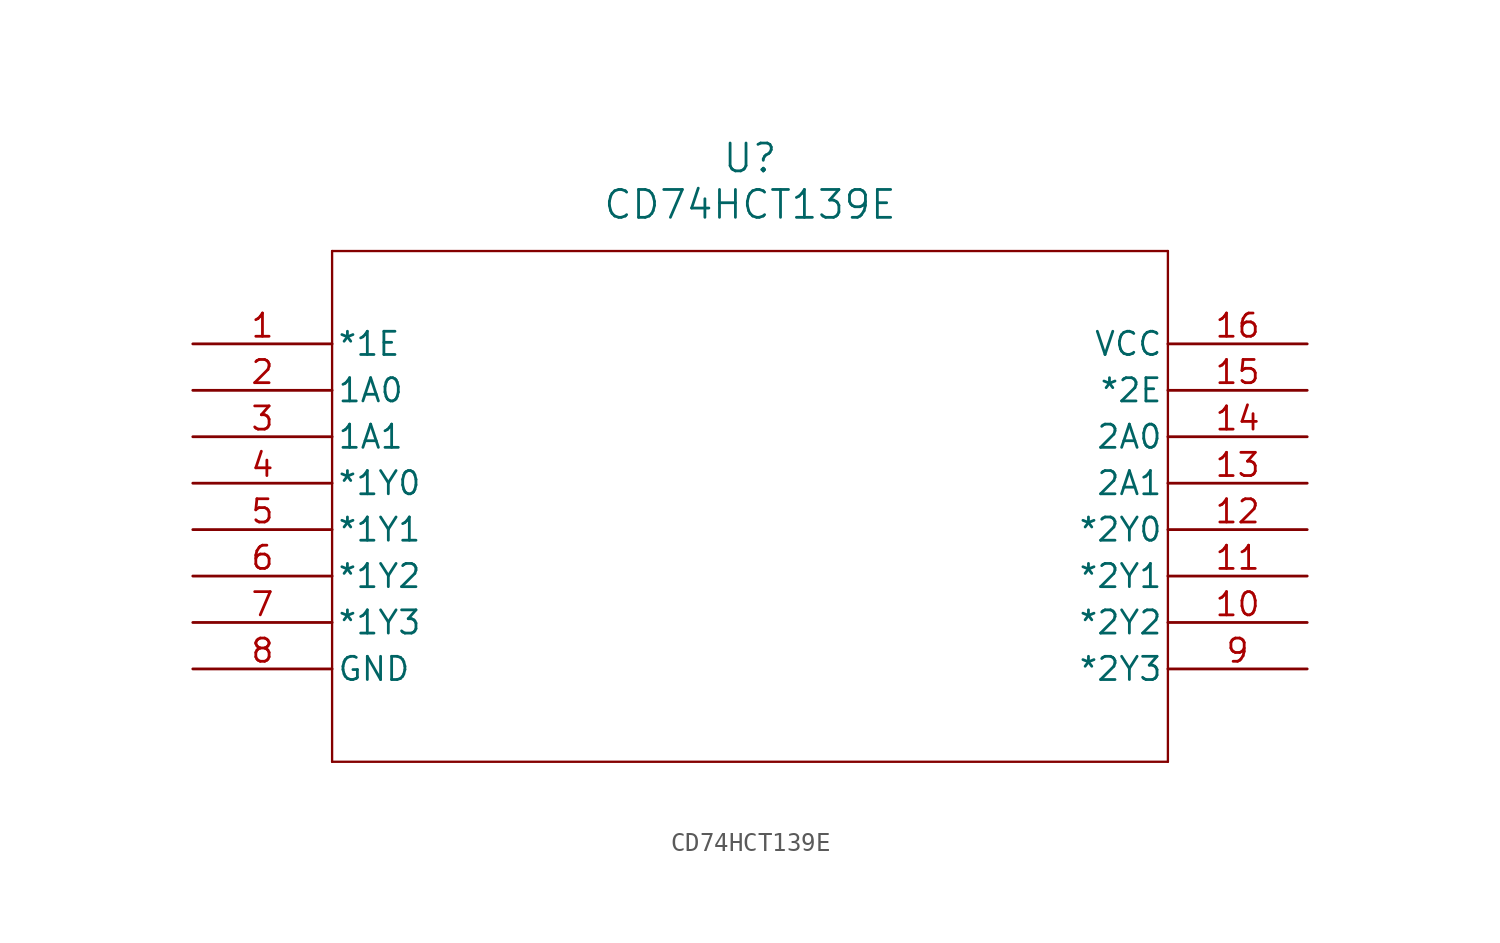
<source format=kicad_sym>
(kicad_symbol_lib
  (version 20211014)
  (generator kicad_symbol_editor)
  (symbol "CD74HCT139E"
    (pin_names
      (offset 0.254))
    (property "Reference" "U"
      (at 30.48 10.16 0)
      (effects (font (size 1.524 1.524))))
    (property "Value" "CD74HCT139E"
      (at 30.48 7.62 0)
      (effects (font (size 1.524 1.524))))
    (symbol "CD74HCT139E_0_1"
      (polyline (pts (xy 7.62 5.08) (xy 7.62 -22.86)) (stroke (width 0.127) (type default) (color 0 0 0 0)) (fill (type none)))
      (polyline (pts (xy 7.62 -22.86) (xy 53.34 -22.86)) (stroke (width 0.127) (type default) (color 0 0 0 0)) (fill (type none)))
      (polyline (pts (xy 53.34 -22.86) (xy 53.34 5.08)) (stroke (width 0.127) (type default) (color 0 0 0 0)) (fill (type none)))
      (polyline (pts (xy 53.34 5.08) (xy 7.62 5.08)) (stroke (width 0.127) (type default) (color 0 0 0 0)) (fill (type none)))
      (pin input line (at 0 0 0) (length 7.62) (name "*1E" (effects (font (size 1.27 1.27)))) (number "1" (effects (font (size 1.27 1.27)))))
      (pin input line (at 0 -2.54 0) (length 7.62) (name "1A0" (effects (font (size 1.27 1.27)))) (number "2" (effects (font (size 1.27 1.27)))))
      (pin input line (at 0 -5.08 0) (length 7.62) (name "1A1" (effects (font (size 1.27 1.27)))) (number "3" (effects (font (size 1.27 1.27)))))
      (pin output line (at 0 -7.62 0) (length 7.62) (name "*1Y0" (effects (font (size 1.27 1.27)))) (number "4" (effects (font (size 1.27 1.27)))))
      (pin output line (at 0 -10.16 0) (length 7.62) (name "*1Y1" (effects (font (size 1.27 1.27)))) (number "5" (effects (font (size 1.27 1.27)))))
      (pin output line (at 0 -12.7 0) (length 7.62) (name "*1Y2" (effects (font (size 1.27 1.27)))) (number "6" (effects (font (size 1.27 1.27)))))
      (pin output line (at 0 -15.24 0) (length 7.62) (name "*1Y3" (effects (font (size 1.27 1.27)))) (number "7" (effects (font (size 1.27 1.27)))))
      (pin power_in line (at 0 -17.78 0) (length 7.62) (name "GND" (effects (font (size 1.27 1.27)))) (number "8" (effects (font (size 1.27 1.27)))))
      (pin output line (at 60.96 -17.78 180) (length 7.62) (name "*2Y3" (effects (font (size 1.27 1.27)))) (number "9" (effects (font (size 1.27 1.27)))))
      (pin output line (at 60.96 -15.24 180) (length 7.62) (name "*2Y2" (effects (font (size 1.27 1.27)))) (number "10" (effects (font (size 1.27 1.27)))))
      (pin output line (at 60.96 -12.7 180) (length 7.62) (name "*2Y1" (effects (font (size 1.27 1.27)))) (number "11" (effects (font (size 1.27 1.27)))))
      (pin output line (at 60.96 -10.16 180) (length 7.62) (name "*2Y0" (effects (font (size 1.27 1.27)))) (number "12" (effects (font (size 1.27 1.27)))))
      (pin input line (at 60.96 -7.62 180) (length 7.62) (name "2A1" (effects (font (size 1.27 1.27)))) (number "13" (effects (font (size 1.27 1.27)))))
      (pin input line (at 60.96 -5.08 180) (length 7.62) (name "2A0" (effects (font (size 1.27 1.27)))) (number "14" (effects (font (size 1.27 1.27)))))
      (pin input line (at 60.96 -2.54 180) (length 7.62) (name "*2E" (effects (font (size 1.27 1.27)))) (number "15" (effects (font (size 1.27 1.27)))))
      (pin power_in line (at 60.96 0 180) (length 7.62) (name "VCC" (effects (font (size 1.27 1.27)))) (number "16" (effects (font (size 1.27 1.27))))))))
</source>
